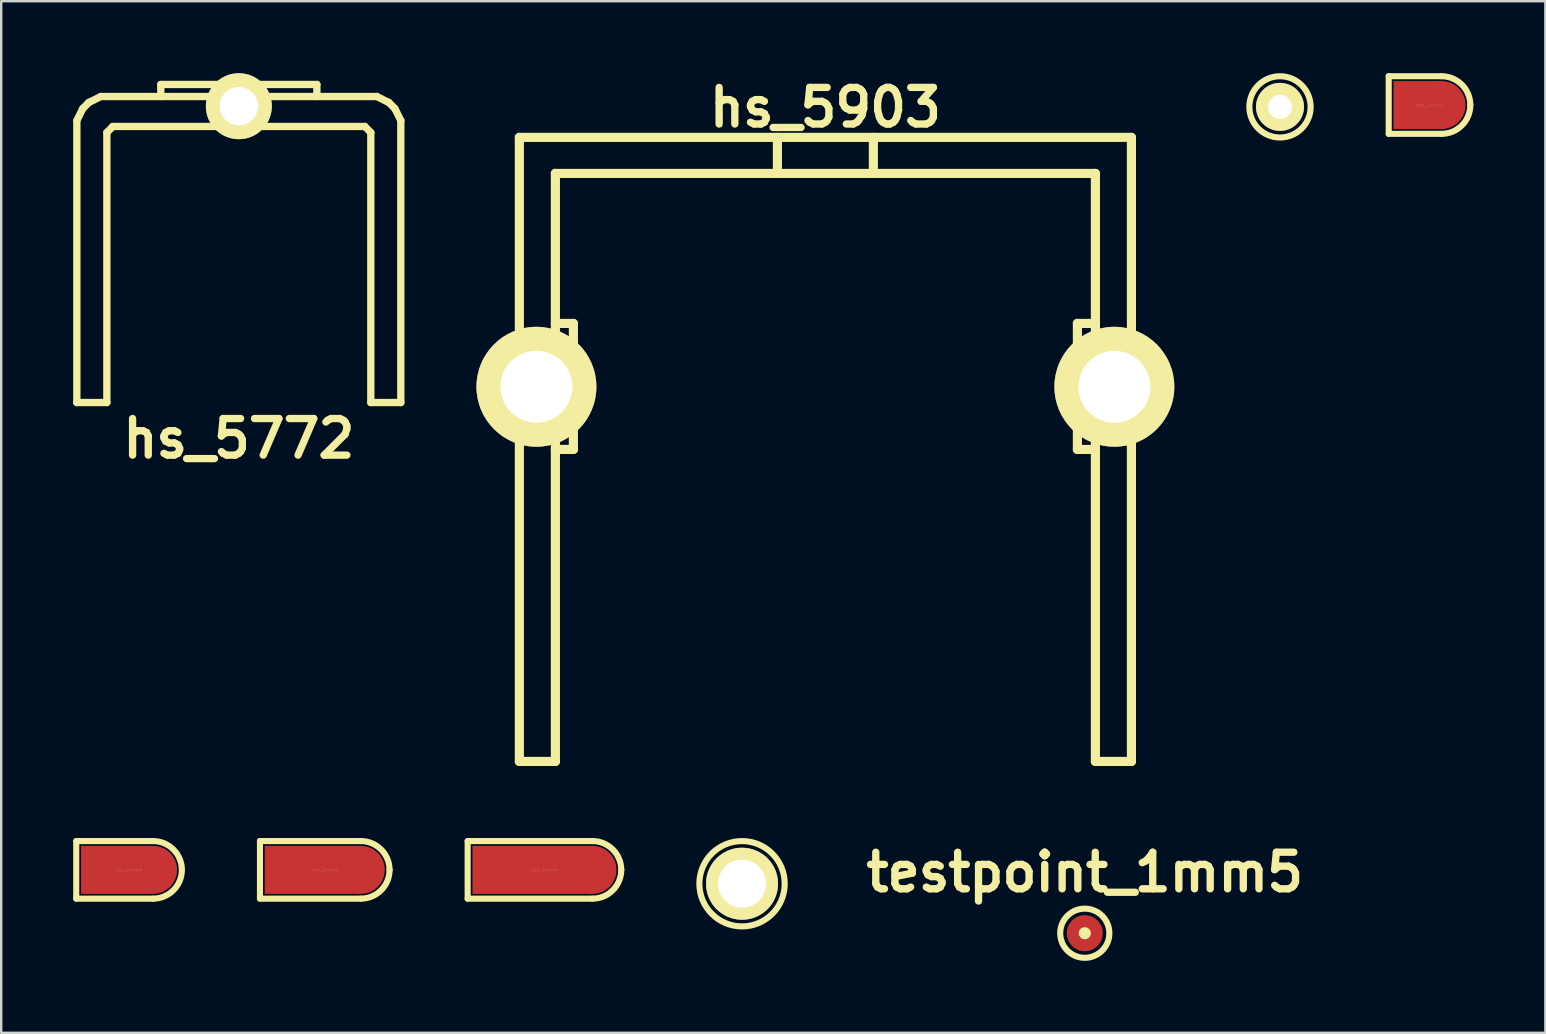
<source format=kicad_pcb>
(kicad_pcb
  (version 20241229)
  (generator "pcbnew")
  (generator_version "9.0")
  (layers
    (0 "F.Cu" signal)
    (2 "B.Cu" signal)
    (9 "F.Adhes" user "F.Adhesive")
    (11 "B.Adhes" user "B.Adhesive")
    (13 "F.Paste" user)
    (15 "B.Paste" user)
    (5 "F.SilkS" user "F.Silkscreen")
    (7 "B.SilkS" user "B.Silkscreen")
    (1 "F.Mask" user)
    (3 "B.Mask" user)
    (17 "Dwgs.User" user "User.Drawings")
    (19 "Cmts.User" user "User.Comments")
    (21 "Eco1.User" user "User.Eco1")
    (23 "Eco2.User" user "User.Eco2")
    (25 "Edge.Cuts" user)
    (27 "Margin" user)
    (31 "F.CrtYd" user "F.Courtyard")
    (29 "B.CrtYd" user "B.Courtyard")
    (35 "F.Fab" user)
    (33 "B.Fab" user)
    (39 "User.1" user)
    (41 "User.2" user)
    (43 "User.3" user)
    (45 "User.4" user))
  (footprint "pad_2x6mm"
    (layer "F.Cu")
    (at 19.635 33.193)
    (property "Reference" "pad_2x6mm" (at 0 0 0) (layer "F.SilkS") (effects (font (size 0.127 0.127) (thickness 0.003))))
    (attr smd exclude_from_pos_files exclude_from_bom)
    (fp_line (start -3.2 -1.2) (end -3.2 1.2) (stroke (width 0.254) (type solid)) (layer "F.SilkS"))
    (fp_line (start -3.2 -1.2) (end 2 -1.2) (stroke (width 0.254) (type solid)) (layer "F.SilkS"))
    (fp_line (start -3.2 1.2) (end 2 1.2) (stroke (width 0.254) (type solid)) (layer "F.SilkS"))
    (fp_arc (start 2 -1.2) (mid 2.848528 -0.848528) (end 3.2 0) (stroke (width 0.254) (type solid)) (layer "F.SilkS"))
    (fp_arc (start 3.2 0) (mid 2.848528 0.848528) (end 2 1.2) (stroke (width 0.254) (type solid)) (layer "F.SilkS"))
    (pad "1" smd rect (at -0.5 0) (size 5 2) (layers "F.Cu" "F.Mask" "F.Paste"))
    (pad "1" smd circle (at 2 0) (size 2 2) (layers "F.Cu" "F.Mask" "F.Paste")))
  (footprint "pad_2x3mm"
    (layer "F.Cu")
    (at 56.511 1.327)
    (property "Reference" "pad_2x3mm" (at 0 0 0) (layer "F.SilkS") (effects (font (size 0.127 0.127) (thickness 0.003))))
    (attr smd exclude_from_pos_files exclude_from_bom)
    (fp_line (start -1.7 -1.2) (end -1.7 1.2) (stroke (width 0.254) (type solid)) (layer "F.SilkS"))
    (fp_line (start -1.7 -1.2) (end 0.5 -1.2) (stroke (width 0.254) (type solid)) (layer "F.SilkS"))
    (fp_line (start -1.7 1.2) (end 0.5 1.2) (stroke (width 0.254) (type solid)) (layer "F.SilkS"))
    (fp_arc (start 0.5 -1.2) (mid 1.348528 -0.848528) (end 1.7 0) (stroke (width 0.254) (type solid)) (layer "F.SilkS"))
    (fp_arc (start 1.7 0) (mid 1.348528 0.848528) (end 0.5 1.2) (stroke (width 0.254) (type solid)) (layer "F.SilkS"))
    (pad "1" smd rect (at -0.5 0) (size 2 2) (layers "F.Cu" "F.Mask" "F.Paste"))
    (pad "1" smd circle (at 0.5 0) (size 2 2) (layers "F.Cu" "F.Mask" "F.Paste")))
  (footprint "testpoint_1mm5"
    (layer "F.Cu")
    (at 42.148 35.833)
    (property "Reference" "testpoint_1mm5" (at 0 -2.54 0) (layer "F.SilkS") (effects (font (size 1.524 1.524) (thickness 0.305))))
    (attr exclude_from_pos_files exclude_from_bom)
    (fp_circle (center 0 0) (end 0.127 0) (stroke (width 0.254) (type solid)) (fill no) (layer "F.SilkS"))
    (fp_circle (center 0 0) (end 0.889 0.508) (stroke (width 0.254) (type solid)) (fill no) (layer "F.SilkS"))
    (pad "1" smd circle (at 0 0) (size 1.501 1.501) (layers "F.Cu" "F.Mask" "F.Paste")))
  (footprint "pad_3mm"
    (layer "F.Cu")
    (at 27.867 33.771)
    (property "Reference" "pad_3mm" (at 0 0 0) (layer "F.SilkS") (effects (font (size 0.127 0.127) (thickness 0.003))))
    (attr exclude_from_pos_files exclude_from_bom)
    (fp_circle (center 0 0) (end 1.778 0) (stroke (width 0.254) (type solid)) (fill no) (layer "F.SilkS"))
    (pad "1" thru_hole circle (at 0 0) (size 3 3) (drill 1.999) (layers "*.Cu" "*.Mask" "F.SilkS")))
  (footprint "hs_5903"
    (layer "F.Cu")
    (at 31.34 4.175)
    (property "Reference" "hs_5903" (at 0 -2.748 0) (layer "F.SilkS") (effects (font (size 1.524 1.524) (thickness 0.305))))
    (attr through_hole)
    (fp_line (start -12.751 -1.501) (end -12.751 24.501) (stroke (width 0.381) (type solid)) (layer "F.SilkS"))
    (fp_line (start -11.25 6.251) (end -10.5 6.251) (stroke (width 0.381) (type solid)) (layer "F.SilkS"))
    (fp_line (start -11.25 24.501) (end -12.751 24.501) (stroke (width 0.381) (type solid)) (layer "F.SilkS"))
    (fp_line (start -11.25 24.501) (end -11.25 0) (stroke (width 0.381) (type solid)) (layer "F.SilkS"))
    (fp_line (start -10.5 6.251) (end -10.5 11.501) (stroke (width 0.381) (type solid)) (layer "F.SilkS"))
    (fp_line (start -10.5 11.501) (end -11.25 11.501) (stroke (width 0.381) (type solid)) (layer "F.SilkS"))
    (fp_line (start -1.999 0) (end -1.999 -1.501) (stroke (width 0.381) (type solid)) (layer "F.SilkS"))
    (fp_line (start 1.999 -1.501) (end 1.999 0) (stroke (width 0.381) (type solid)) (layer "F.SilkS"))
    (fp_line (start 10.5 6.251) (end 11.25 6.251) (stroke (width 0.381) (type solid)) (layer "F.SilkS"))
    (fp_line (start 10.5 11.501) (end 10.5 6.251) (stroke (width 0.381) (type solid)) (layer "F.SilkS"))
    (fp_line (start 11.25 0) (end -11.25 0) (stroke (width 0.381) (type solid)) (layer "F.SilkS"))
    (fp_line (start 11.25 0) (end 11.25 24.501) (stroke (width 0.381) (type solid)) (layer "F.SilkS"))
    (fp_line (start 11.25 11.501) (end 10.5 11.501) (stroke (width 0.381) (type solid)) (layer "F.SilkS"))
    (fp_line (start 12.751 -1.501) (end -12.751 -1.501) (stroke (width 0.381) (type solid)) (layer "F.SilkS"))
    (fp_line (start 12.751 24.501) (end 11.25 24.501) (stroke (width 0.381) (type solid)) (layer "F.SilkS"))
    (fp_line (start 12.751 24.501) (end 12.751 -1.501) (stroke (width 0.381) (type solid)) (layer "F.SilkS"))
    (pad "" thru_hole circle (at -12.04 8.89) (size 4.996 4.996) (drill 2.997) (layers "*.Cu" "*.Mask" "F.SilkS"))
    (pad "" thru_hole circle (at 12.04 8.89) (size 4.996 4.996) (drill 2.997) (layers "*.Cu" "*.Mask" "F.SilkS")))
  (footprint "hs_5772"
    (layer "F.Cu")
    (at 6.901 2.223)
    (property "Reference" "hs_5772" (at 0 13 0) (layer "F.SilkS") (effects (font (size 1.524 1.524) (thickness 0.305))))
    (attr through_hole)
    (fp_line (start -6.749 -0.251) (end -6.749 11.499) (stroke (width 0.305) (type solid)) (layer "F.SilkS"))
    (fp_line (start -6.749 -0.251) (end -6.5 -0.752) (stroke (width 0.305) (type solid)) (layer "F.SilkS"))
    (fp_line (start -6.5 -0.752) (end -6.251 -1.001) (stroke (width 0.305) (type solid)) (layer "F.SilkS"))
    (fp_line (start -6.251 -1.001) (end -5.751 -1.252) (stroke (width 0.305) (type solid)) (layer "F.SilkS"))
    (fp_line (start -5.499 0.249) (end -5.25 -0.003) (stroke (width 0.305) (type solid)) (layer "F.SilkS"))
    (fp_line (start -5.499 11.499) (end -6.749 11.499) (stroke (width 0.305) (type solid)) (layer "F.SilkS"))
    (fp_line (start -5.499 11.499) (end -5.499 0.249) (stroke (width 0.305) (type solid)) (layer "F.SilkS"))
    (fp_line (start -5.25 -0.003) (end 5.25 -0.003) (stroke (width 0.305) (type solid)) (layer "F.SilkS"))
    (fp_line (start -3.251 -1.753) (end 3.251 -1.753) (stroke (width 0.305) (type solid)) (layer "F.SilkS"))
    (fp_line (start -3.251 -1.252) (end -3.251 -1.753) (stroke (width 0.305) (type solid)) (layer "F.SilkS"))
    (fp_line (start 3.251 -1.753) (end 3.251 -1.252) (stroke (width 0.305) (type solid)) (layer "F.SilkS"))
    (fp_line (start 5.25 -0.003) (end 5.499 0.249) (stroke (width 0.305) (type solid)) (layer "F.SilkS"))
    (fp_line (start 5.499 0.249) (end 5.499 11.499) (stroke (width 0.305) (type solid)) (layer "F.SilkS"))
    (fp_line (start 5.751 -1.252) (end -5.751 -1.252) (stroke (width 0.305) (type solid)) (layer "F.SilkS"))
    (fp_line (start 5.751 -1.252) (end 6.251 -1.001) (stroke (width 0.305) (type solid)) (layer "F.SilkS"))
    (fp_line (start 6.251 -1.001) (end 6.5 -0.752) (stroke (width 0.305) (type solid)) (layer "F.SilkS"))
    (fp_line (start 6.5 -0.752) (end 6.749 -0.251) (stroke (width 0.305) (type solid)) (layer "F.SilkS"))
    (fp_line (start 6.749 -0.251) (end 6.749 11.499) (stroke (width 0.305) (type solid)) (layer "F.SilkS"))
    (fp_line (start 6.749 11.499) (end 5.499 11.499) (stroke (width 0.305) (type solid)) (layer "F.SilkS"))
    (pad "" thru_hole circle (at 0 -0.848) (size 2.748 2.748) (drill 1.598) (layers "*.Cu" "*.Mask" "F.SilkS")))
  (footprint "pad_2x4mm"
    (layer "F.Cu")
    (at 2.327 33.193)
    (property "Reference" "pad_2x4mm" (at 0 0 0) (layer "F.SilkS") (effects (font (size 0.127 0.127) (thickness 0.003))))
    (attr smd exclude_from_pos_files exclude_from_bom)
    (fp_line (start -2.2 -1.2) (end -2.2 1.2) (stroke (width 0.254) (type solid)) (layer "F.SilkS"))
    (fp_line (start -2.2 -1.2) (end 1 -1.2) (stroke (width 0.254) (type solid)) (layer "F.SilkS"))
    (fp_line (start -2.2 1.2) (end 1 1.2) (stroke (width 0.254) (type solid)) (layer "F.SilkS"))
    (fp_arc (start 1 -1.2) (mid 1.848528 -0.848528) (end 2.2 0) (stroke (width 0.254) (type solid)) (layer "F.SilkS"))
    (fp_arc (start 2.2 0) (mid 1.848528 0.848528) (end 1 1.2) (stroke (width 0.254) (type solid)) (layer "F.SilkS"))
    (pad "1" smd rect (at -0.5 0) (size 3 2) (layers "F.Cu" "F.Mask" "F.Paste"))
    (pad "1" smd circle (at 1 0) (size 2 2) (layers "F.Cu" "F.Mask" "F.Paste")))
  (footprint "pad_2mm"
    (layer "F.Cu")
    (at 50.281 1.403)
    (property "Reference" "pad_2mm" (at 0 0 0) (layer "F.SilkS") (effects (font (size 0.127 0.127) (thickness 0.003))))
    (attr exclude_from_pos_files exclude_from_bom)
    (fp_circle (center 0 0) (end 1.27 -0.127) (stroke (width 0.254) (type solid)) (fill no) (layer "F.SilkS"))
    (pad "1" thru_hole circle (at 0 0) (size 1.999 1.999) (drill 1.001) (layers "*.Cu" "*.Mask" "F.SilkS")))
  (footprint "pad_2x5mm"
    (layer "F.Cu")
    (at 10.481 33.193)
    (property "Reference" "pad_2x5mm" (at 0 0 0) (layer "F.SilkS") (effects (font (size 0.127 0.127) (thickness 0.003))))
    (attr smd exclude_from_pos_files exclude_from_bom)
    (fp_line (start -2.7 -1.2) (end -2.7 1.2) (stroke (width 0.254) (type solid)) (layer "F.SilkS"))
    (fp_line (start -2.7 -1.2) (end 1.5 -1.2) (stroke (width 0.254) (type solid)) (layer "F.SilkS"))
    (fp_line (start -2.7 1.2) (end 1.5 1.2) (stroke (width 0.254) (type solid)) (layer "F.SilkS"))
    (fp_arc (start 1.5 -1.2) (mid 2.348528 -0.848528) (end 2.7 0) (stroke (width 0.254) (type solid)) (layer "F.SilkS"))
    (fp_arc (start 2.7 0) (mid 2.348528 0.848528) (end 1.5 1.2) (stroke (width 0.254) (type solid)) (layer "F.SilkS"))
    (pad "1" smd rect (at -0.5 0) (size 4 2) (layers "F.Cu" "F.Mask" "F.Paste"))
    (pad "1" smd circle (at 1.5 0) (size 2 2) (layers "F.Cu" "F.Mask" "F.Paste")))
  (gr_rect
    (start -3 -3)
    (end 61.338 39.983)
    (stroke (width 0.1) (type default))
    (fill no)
    (layer "Edge.Cuts")))
</source>
